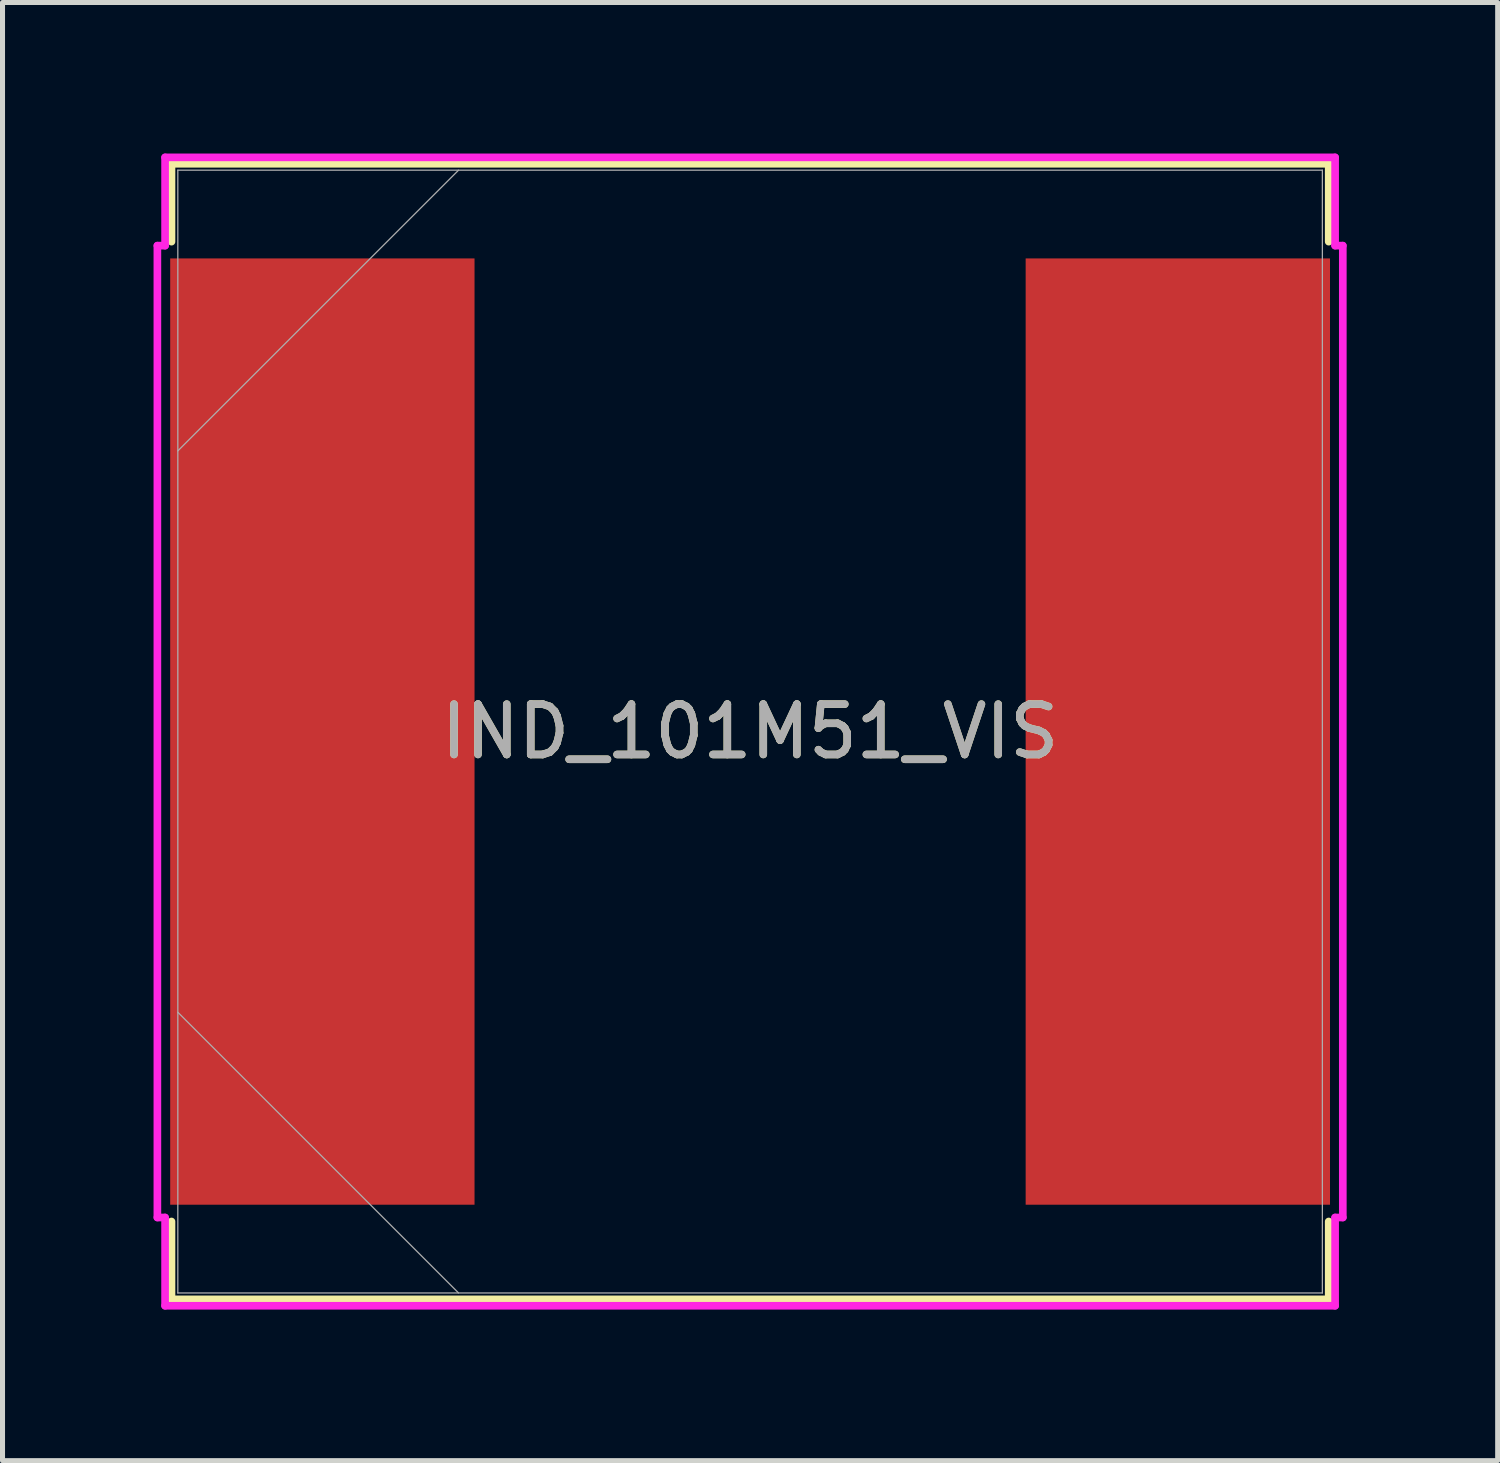
<source format=kicad_pcb>
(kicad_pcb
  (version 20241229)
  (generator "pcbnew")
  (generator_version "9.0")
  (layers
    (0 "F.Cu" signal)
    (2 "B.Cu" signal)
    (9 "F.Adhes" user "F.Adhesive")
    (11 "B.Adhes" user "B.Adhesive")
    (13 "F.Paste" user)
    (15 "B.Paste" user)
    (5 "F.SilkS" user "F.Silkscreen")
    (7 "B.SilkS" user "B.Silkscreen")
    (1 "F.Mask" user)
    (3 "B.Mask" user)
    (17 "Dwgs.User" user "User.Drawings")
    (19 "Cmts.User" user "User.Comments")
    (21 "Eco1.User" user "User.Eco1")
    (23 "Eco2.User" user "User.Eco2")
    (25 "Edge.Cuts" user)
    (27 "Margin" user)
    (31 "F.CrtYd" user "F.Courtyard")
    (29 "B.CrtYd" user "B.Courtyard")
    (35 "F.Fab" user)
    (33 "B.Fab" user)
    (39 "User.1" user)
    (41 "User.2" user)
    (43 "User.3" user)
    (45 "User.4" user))
  (footprint "IND_101M51_VIS"
    (layer "F.Cu")
    (at 11.849 11.481)
    (property "Reference" "IND_101M51_VIS" (at 0 0 0) (unlocked yes) (layer "F.SilkS") (effects (font (size 1 1) (thickness 0.15))))
    (attr smd)
    (fp_line (start -11.493 -11.278) (end -11.493 -9.731) (stroke (width 0.152) (type solid)) (layer "F.SilkS"))
    (fp_line (start -11.493 9.731) (end -11.493 11.278) (stroke (width 0.152) (type solid)) (layer "F.SilkS"))
    (fp_line (start -11.493 11.278) (end 11.493 11.278) (stroke (width 0.152) (type solid)) (layer "F.SilkS"))
    (fp_line (start 11.493 -11.278) (end -11.493 -11.278) (stroke (width 0.152) (type solid)) (layer "F.SilkS"))
    (fp_line (start 11.493 -9.731) (end 11.493 -11.278) (stroke (width 0.152) (type solid)) (layer "F.SilkS"))
    (fp_line (start 11.493 11.278) (end 11.493 9.731) (stroke (width 0.152) (type solid)) (layer "F.SilkS"))
    (fp_line (start -11.773 -9.652) (end -11.62 -9.652) (stroke (width 0.152) (type solid)) (layer "F.CrtYd"))
    (fp_line (start -11.773 9.652) (end -11.773 -9.652) (stroke (width 0.152) (type solid)) (layer "F.CrtYd"))
    (fp_line (start -11.62 -11.405) (end 11.62 -11.405) (stroke (width 0.152) (type solid)) (layer "F.CrtYd"))
    (fp_line (start -11.62 -9.652) (end -11.62 -11.405) (stroke (width 0.152) (type solid)) (layer "F.CrtYd"))
    (fp_line (start -11.62 9.652) (end -11.773 9.652) (stroke (width 0.152) (type solid)) (layer "F.CrtYd"))
    (fp_line (start -11.62 9.652) (end -11.62 11.405) (stroke (width 0.152) (type solid)) (layer "F.CrtYd"))
    (fp_line (start -11.62 11.405) (end 11.62 11.405) (stroke (width 0.152) (type solid)) (layer "F.CrtYd"))
    (fp_line (start 11.62 -11.405) (end 11.62 -9.652) (stroke (width 0.152) (type solid)) (layer "F.CrtYd"))
    (fp_line (start 11.62 -9.652) (end 11.773 -9.652) (stroke (width 0.152) (type solid)) (layer "F.CrtYd"))
    (fp_line (start 11.62 9.652) (end 11.773 9.652) (stroke (width 0.152) (type solid)) (layer "F.CrtYd"))
    (fp_line (start 11.62 11.405) (end 11.62 9.652) (stroke (width 0.152) (type solid)) (layer "F.CrtYd"))
    (fp_line (start 11.773 -9.652) (end 11.773 9.652) (stroke (width 0.152) (type solid)) (layer "F.CrtYd"))
    (fp_line (start -11.367 -11.151) (end -11.367 11.151) (stroke (width 0.025) (type solid)) (layer "F.Fab"))
    (fp_line (start -11.367 -5.575) (end -5.791 -11.151) (stroke (width 0.025) (type solid)) (layer "F.Fab"))
    (fp_line (start -11.367 5.575) (end -5.791 11.151) (stroke (width 0.025) (type solid)) (layer "F.Fab"))
    (fp_line (start -11.367 11.151) (end 11.367 11.151) (stroke (width 0.025) (type solid)) (layer "F.Fab"))
    (fp_line (start 11.367 -11.151) (end -11.367 -11.151) (stroke (width 0.025) (type solid)) (layer "F.Fab"))
    (fp_line (start 11.367 11.151) (end 11.367 -11.151) (stroke (width 0.025) (type solid)) (layer "F.Fab"))
    (fp_text user "${REFERENCE}" (at 0 0 0) (unlocked yes) (layer "F.Fab") (effects (font (size 1 1) (thickness 0.15))))
    (pad "1" smd rect (at -8.496 0 90) (size 18.796 6.045) (layers "F.Cu" "F.Mask" "F.Paste"))
    (pad "2" smd rect (at 8.496 0 90) (size 18.796 6.045) (layers "F.Cu" "F.Mask" "F.Paste")))
  (gr_rect
    (start -3 -3)
    (end 26.698 25.962)
    (stroke (width 0.1) (type default))
    (fill no)
    (layer "Edge.Cuts")))
</source>
